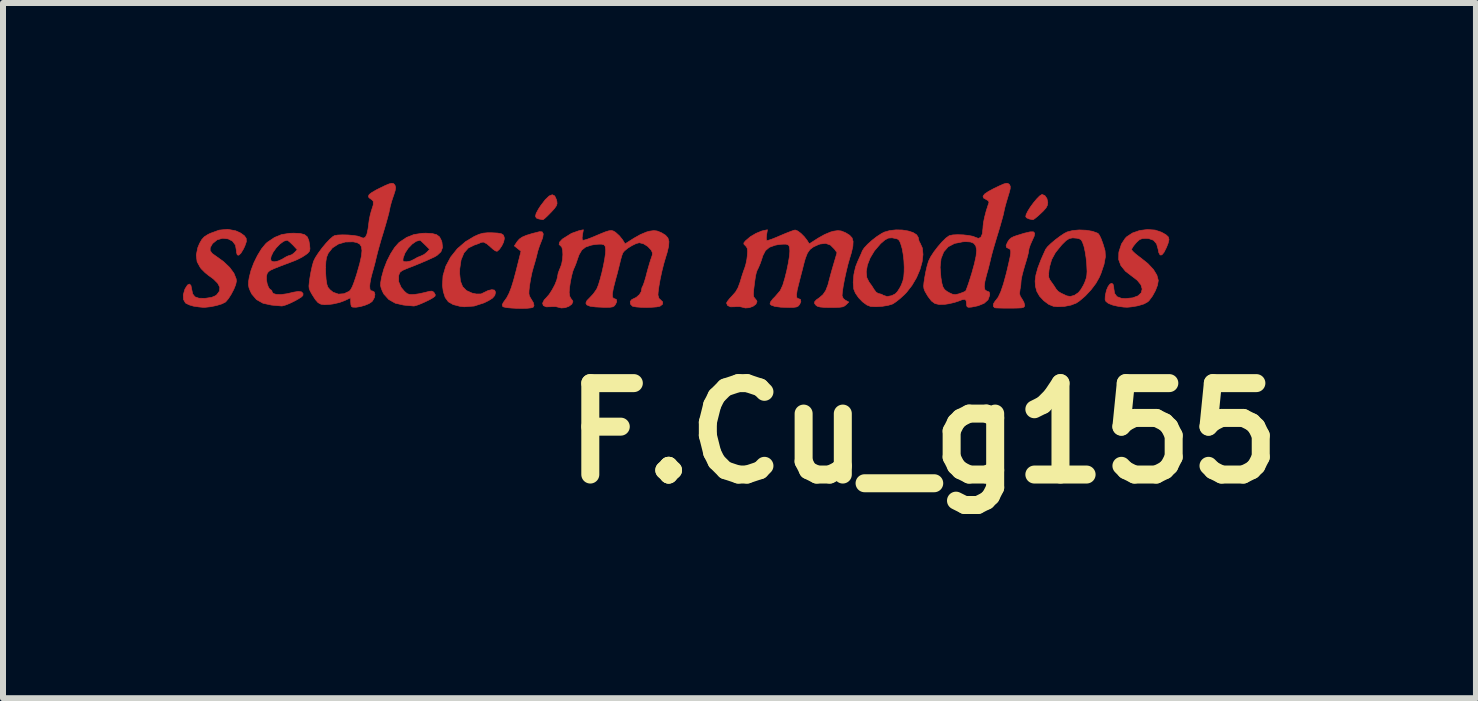
<source format=kicad_pcb>
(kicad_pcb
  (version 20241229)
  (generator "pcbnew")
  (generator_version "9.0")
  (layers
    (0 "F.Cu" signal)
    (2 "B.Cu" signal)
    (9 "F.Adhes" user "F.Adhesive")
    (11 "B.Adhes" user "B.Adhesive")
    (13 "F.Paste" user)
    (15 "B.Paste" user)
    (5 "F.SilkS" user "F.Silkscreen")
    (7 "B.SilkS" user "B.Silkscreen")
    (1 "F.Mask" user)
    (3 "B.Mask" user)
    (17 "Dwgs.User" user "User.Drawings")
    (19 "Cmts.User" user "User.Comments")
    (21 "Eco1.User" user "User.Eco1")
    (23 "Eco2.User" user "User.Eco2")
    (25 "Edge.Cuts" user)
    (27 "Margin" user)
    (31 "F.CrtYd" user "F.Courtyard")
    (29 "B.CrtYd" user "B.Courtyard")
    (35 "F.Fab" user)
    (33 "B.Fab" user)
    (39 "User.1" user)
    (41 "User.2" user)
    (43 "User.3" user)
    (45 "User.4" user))
  (footprint "F.Cu_g155"
    (layer "F.Cu")
    (at 12.342 4.171)
    (property "Reference" "F.Cu_g155" (at 0 0 0) (layer "F.SilkS") (effects (font (size 1.524 1.524) (thickness 0.3))))
    (attr through_hole)
    (fp_poly (pts (xy -6.145 -3.955) (xy -6.117 -3.895) (xy -6.109 -3.863) (xy -6.106 -3.827) (xy -6.117 -3.792) (xy -6.147 -3.748) (xy -6.202 -3.687) (xy -6.211 -3.678) (xy -6.267 -3.621) (xy -6.312 -3.579) (xy -6.34 -3.559) (xy -6.343 -3.559) (xy -6.376 -3.565) (xy -6.41 -3.571) (xy -6.451 -3.587) (xy -6.466 -3.616) (xy -6.454 -3.665) (xy -6.415 -3.737) (xy -6.379 -3.792) (xy -6.302 -3.893) (xy -6.238 -3.954) (xy -6.186 -3.975) (xy -6.145 -3.955)) (stroke (width 0.01) (type solid)) (fill yes) (layer "F.Cu"))
    (fp_poly (pts (xy 2.026 -3.96) (xy 2.06 -3.912) (xy 2.074 -3.847) (xy 2.074 -3.843) (xy 2.068 -3.8) (xy 2.046 -3.757) (xy 2.001 -3.705) (xy 1.959 -3.665) (xy 1.902 -3.613) (xy 1.855 -3.575) (xy 1.829 -3.559) (xy 1.827 -3.559) (xy 1.794 -3.565) (xy 1.764 -3.571) (xy 1.723 -3.589) (xy 1.707 -3.608) (xy 1.713 -3.643) (xy 1.74 -3.699) (xy 1.783 -3.768) (xy 1.835 -3.839) (xy 1.889 -3.904) (xy 1.938 -3.954) (xy 1.975 -3.978) (xy 1.982 -3.979) (xy 2.026 -3.96)) (stroke (width 0.01) (type solid)) (fill yes) (layer "F.Cu"))
    (fp_poly (pts (xy -6.354 -3.356) (xy -6.336 -3.322) (xy -6.345 -3.26) (xy -6.368 -3.2) (xy -6.4 -3.118) (xy -6.428 -3.032) (xy -6.434 -3.006) (xy -6.452 -2.933) (xy -6.477 -2.843) (xy -6.498 -2.773) (xy -6.524 -2.679) (xy -6.547 -2.567) (xy -6.563 -2.47) (xy -6.573 -2.384) (xy -6.575 -2.328) (xy -6.568 -2.29) (xy -6.55 -2.256) (xy -6.545 -2.248) (xy -6.502 -2.177) (xy -6.49 -2.128) (xy -6.505 -2.099) (xy -6.539 -2.089) (xy -6.604 -2.082) (xy -6.687 -2.08) (xy -6.779 -2.081) (xy -6.869 -2.086) (xy -6.945 -2.093) (xy -6.996 -2.104) (xy -7.011 -2.111) (xy -7.02 -2.141) (xy -7 -2.181) (xy -6.988 -2.197) (xy -6.944 -2.259) (xy -6.905 -2.334) (xy -6.868 -2.429) (xy -6.83 -2.552) (xy -6.788 -2.709) (xy -6.782 -2.733) (xy -6.707 -3.033) (xy -6.763 -3.078) (xy -6.818 -3.122) (xy -6.769 -3.196) (xy -6.734 -3.236) (xy -6.686 -3.269) (xy -6.616 -3.299) (xy -6.518 -3.329) (xy -6.398 -3.359) (xy -6.354 -3.356)) (stroke (width 0.01) (type solid)) (fill yes) (layer "F.Cu"))
    (fp_poly (pts (xy -7.099 -3.336) (xy -7.036 -3.325) (xy -7.001 -3.303) (xy -6.987 -3.266) (xy -6.985 -3.239) (xy -6.997 -3.185) (xy -7.027 -3.123) (xy -7.065 -3.067) (xy -7.102 -3.034) (xy -7.107 -3.032) (xy -7.136 -3.04) (xy -7.18 -3.072) (xy -7.198 -3.089) (xy -7.275 -3.156) (xy -7.333 -3.186) (xy -7.373 -3.18) (xy -7.408 -3.163) (xy -7.465 -3.142) (xy -7.486 -3.136) (xy -7.585 -3.087) (xy -7.658 -3.005) (xy -7.706 -2.889) (xy -7.728 -2.741) (xy -7.73 -2.663) (xy -7.717 -2.536) (xy -7.68 -2.442) (xy -7.616 -2.377) (xy -7.52 -2.334) (xy -7.451 -2.32) (xy -7.373 -2.321) (xy -7.313 -2.35) (xy -7.253 -2.379) (xy -7.194 -2.392) (xy -7.191 -2.392) (xy -7.148 -2.385) (xy -7.134 -2.356) (xy -7.133 -2.342) (xy -7.144 -2.296) (xy -7.18 -2.253) (xy -7.247 -2.21) (xy -7.324 -2.172) (xy -7.489 -2.119) (xy -7.654 -2.107) (xy -7.726 -2.115) (xy -7.838 -2.144) (xy -7.918 -2.19) (xy -7.971 -2.262) (xy -8.003 -2.363) (xy -8.016 -2.464) (xy -8.007 -2.625) (xy -7.96 -2.784) (xy -7.879 -2.936) (xy -7.768 -3.075) (xy -7.63 -3.194) (xy -7.486 -3.28) (xy -7.407 -3.315) (xy -7.34 -3.334) (xy -7.265 -3.341) (xy -7.197 -3.341) (xy -7.099 -3.336)) (stroke (width 0.01) (type solid)) (fill yes) (layer "F.Cu"))
    (fp_poly (pts (xy 1.856 -3.334) (xy 1.848 -3.285) (xy 1.814 -3.21) (xy 1.783 -3.14) (xy 1.762 -3.078) (xy 1.757 -3.048) (xy 1.751 -3.007) (xy 1.734 -2.938) (xy 1.709 -2.852) (xy 1.693 -2.801) (xy 1.666 -2.708) (xy 1.644 -2.622) (xy 1.631 -2.556) (xy 1.629 -2.534) (xy 1.624 -2.465) (xy 1.611 -2.391) (xy 1.611 -2.387) (xy 1.603 -2.328) (xy 1.616 -2.281) (xy 1.644 -2.239) (xy 1.675 -2.185) (xy 1.689 -2.136) (xy 1.689 -2.127) (xy 1.683 -2.109) (xy 1.668 -2.097) (xy 1.635 -2.089) (xy 1.578 -2.086) (xy 1.488 -2.084) (xy 1.448 -2.084) (xy 1.351 -2.084) (xy 1.268 -2.086) (xy 1.211 -2.088) (xy 1.189 -2.091) (xy 1.166 -2.116) (xy 1.17 -2.159) (xy 1.198 -2.203) (xy 1.205 -2.21) (xy 1.248 -2.266) (xy 1.291 -2.358) (xy 1.335 -2.487) (xy 1.381 -2.655) (xy 1.397 -2.72) (xy 1.426 -2.846) (xy 1.446 -2.937) (xy 1.456 -3) (xy 1.456 -3.039) (xy 1.447 -3.063) (xy 1.43 -3.075) (xy 1.418 -3.08) (xy 1.385 -3.098) (xy 1.38 -3.129) (xy 1.403 -3.182) (xy 1.412 -3.197) (xy 1.434 -3.229) (xy 1.462 -3.254) (xy 1.504 -3.276) (xy 1.569 -3.299) (xy 1.665 -3.328) (xy 1.689 -3.335) (xy 1.779 -3.356) (xy 1.834 -3.357) (xy 1.856 -3.334)) (stroke (width 0.01) (type solid)) (fill yes) (layer "F.Cu"))
    (fp_poly (pts (xy -11.464 -3.374) (xy -11.382 -3.337) (xy -11.319 -3.292) (xy -11.288 -3.248) (xy -11.285 -3.193) (xy -11.311 -3.118) (xy -11.335 -3.068) (xy -11.377 -2.999) (xy -11.412 -2.967) (xy -11.437 -2.972) (xy -11.45 -3.016) (xy -11.451 -3.043) (xy -11.467 -3.135) (xy -11.516 -3.201) (xy -11.589 -3.239) (xy -11.683 -3.249) (xy -11.773 -3.223) (xy -11.845 -3.164) (xy -11.853 -3.154) (xy -11.888 -3.092) (xy -11.889 -3.043) (xy -11.855 -2.996) (xy -11.795 -2.953) (xy -11.666 -2.86) (xy -11.563 -2.762) (xy -11.492 -2.665) (xy -11.455 -2.572) (xy -11.451 -2.534) (xy -11.463 -2.476) (xy -11.494 -2.399) (xy -11.537 -2.317) (xy -11.584 -2.243) (xy -11.628 -2.191) (xy -11.638 -2.183) (xy -11.697 -2.154) (xy -11.783 -2.128) (xy -11.88 -2.108) (xy -11.972 -2.098) (xy -12.011 -2.098) (xy -12.074 -2.104) (xy -12.15 -2.115) (xy -12.169 -2.118) (xy -12.235 -2.138) (xy -12.29 -2.164) (xy -12.301 -2.172) (xy -12.333 -2.228) (xy -12.337 -2.305) (xy -12.312 -2.394) (xy -12.303 -2.413) (xy -12.266 -2.47) (xy -12.233 -2.486) (xy -12.209 -2.462) (xy -12.196 -2.397) (xy -12.196 -2.397) (xy -12.18 -2.321) (xy -12.142 -2.273) (xy -12.077 -2.25) (xy -11.979 -2.248) (xy -11.957 -2.25) (xy -11.864 -2.264) (xy -11.802 -2.29) (xy -11.777 -2.309) (xy -11.733 -2.369) (xy -11.728 -2.431) (xy -11.762 -2.498) (xy -11.836 -2.572) (xy -11.915 -2.629) (xy -11.974 -2.677) (xy -12.035 -2.738) (xy -12.052 -2.759) (xy -12.106 -2.857) (xy -12.12 -2.969) (xy -12.095 -3.092) (xy -12.065 -3.164) (xy -12.028 -3.228) (xy -11.987 -3.273) (xy -11.926 -3.312) (xy -11.885 -3.332) (xy -11.739 -3.385) (xy -11.597 -3.399) (xy -11.464 -3.374)) (stroke (width 0.01) (type solid)) (fill yes) (layer "F.Cu"))
    (fp_poly (pts (xy 3.863 -3.386) (xy 3.97 -3.35) (xy 4.044 -3.308) (xy 4.084 -3.271) (xy 4.095 -3.227) (xy 4.08 -3.165) (xy 4.054 -3.099) (xy 4.012 -3.015) (xy 3.976 -2.972) (xy 3.947 -2.97) (xy 3.925 -3.01) (xy 3.914 -3.065) (xy 3.888 -3.157) (xy 3.837 -3.216) (xy 3.758 -3.244) (xy 3.715 -3.247) (xy 3.651 -3.244) (xy 3.606 -3.228) (xy 3.561 -3.188) (xy 3.544 -3.17) (xy 3.502 -3.119) (xy 3.476 -3.076) (xy 3.471 -3.06) (xy 3.488 -3.035) (xy 3.531 -2.994) (xy 3.594 -2.944) (xy 3.623 -2.923) (xy 3.743 -2.827) (xy 3.835 -2.729) (xy 3.893 -2.634) (xy 3.916 -2.548) (xy 3.916 -2.542) (xy 3.903 -2.466) (xy 3.868 -2.375) (xy 3.819 -2.286) (xy 3.765 -2.213) (xy 3.743 -2.191) (xy 3.679 -2.155) (xy 3.585 -2.126) (xy 3.55 -2.119) (xy 3.463 -2.105) (xy 3.399 -2.099) (xy 3.338 -2.102) (xy 3.261 -2.113) (xy 3.232 -2.118) (xy 3.158 -2.135) (xy 3.094 -2.16) (xy 3.076 -2.17) (xy 3.043 -2.197) (xy 3.03 -2.228) (xy 3.032 -2.28) (xy 3.035 -2.303) (xy 3.053 -2.383) (xy 3.08 -2.445) (xy 3.11 -2.485) (xy 3.139 -2.499) (xy 3.162 -2.484) (xy 3.174 -2.435) (xy 3.175 -2.413) (xy 3.188 -2.33) (xy 3.228 -2.276) (xy 3.3 -2.249) (xy 3.366 -2.244) (xy 3.489 -2.256) (xy 3.578 -2.289) (xy 3.632 -2.34) (xy 3.648 -2.403) (xy 3.627 -2.474) (xy 3.566 -2.549) (xy 3.485 -2.611) (xy 3.369 -2.7) (xy 3.293 -2.794) (xy 3.256 -2.894) (xy 3.258 -3.005) (xy 3.262 -3.028) (xy 3.303 -3.154) (xy 3.365 -3.248) (xy 3.39 -3.274) (xy 3.486 -3.337) (xy 3.606 -3.379) (xy 3.736 -3.395) (xy 3.863 -3.386)) (stroke (width 0.01) (type solid)) (fill yes) (layer "F.Cu"))
    (fp_poly (pts (xy 2.715 -3.383) (xy 2.821 -3.365) (xy 2.904 -3.334) (xy 2.914 -3.328) (xy 2.937 -3.297) (xy 2.966 -3.235) (xy 2.996 -3.152) (xy 3.024 -3.059) (xy 3.029 -3.04) (xy 3.035 -2.941) (xy 3.012 -2.815) (xy 2.961 -2.663) (xy 2.932 -2.596) (xy 2.876 -2.497) (xy 2.795 -2.39) (xy 2.701 -2.289) (xy 2.605 -2.207) (xy 2.551 -2.17) (xy 2.461 -2.135) (xy 2.35 -2.113) (xy 2.237 -2.108) (xy 2.169 -2.115) (xy 2.09 -2.147) (xy 2.009 -2.207) (xy 1.938 -2.283) (xy 1.892 -2.363) (xy 1.869 -2.447) (xy 1.863 -2.536) (xy 1.876 -2.636) (xy 1.879 -2.646) (xy 2.088 -2.646) (xy 2.091 -2.597) (xy 2.108 -2.557) (xy 2.135 -2.519) (xy 2.175 -2.463) (xy 2.207 -2.413) (xy 2.213 -2.403) (xy 2.247 -2.364) (xy 2.297 -2.333) (xy 2.351 -2.308) (xy 2.391 -2.289) (xy 2.45 -2.279) (xy 2.52 -2.299) (xy 2.586 -2.344) (xy 2.626 -2.394) (xy 2.668 -2.465) (xy 2.69 -2.512) (xy 2.713 -2.575) (xy 2.725 -2.631) (xy 2.729 -2.695) (xy 2.725 -2.783) (xy 2.723 -2.82) (xy 2.713 -2.923) (xy 2.697 -3.025) (xy 2.679 -3.108) (xy 2.674 -3.124) (xy 2.651 -3.189) (xy 2.629 -3.224) (xy 2.596 -3.242) (xy 2.559 -3.25) (xy 2.489 -3.256) (xy 2.433 -3.245) (xy 2.379 -3.211) (xy 2.316 -3.149) (xy 2.296 -3.127) (xy 2.201 -3.009) (xy 2.139 -2.895) (xy 2.104 -2.774) (xy 2.095 -2.72) (xy 2.088 -2.646) (xy 1.879 -2.646) (xy 1.909 -2.755) (xy 1.963 -2.896) (xy 2.039 -3.066) (xy 2.07 -3.107) (xy 2.127 -3.162) (xy 2.199 -3.223) (xy 2.276 -3.281) (xy 2.348 -3.329) (xy 2.396 -3.354) (xy 2.488 -3.378) (xy 2.598 -3.388) (xy 2.715 -3.383)) (stroke (width 0.01) (type solid)) (fill yes) (layer "F.Cu"))
    (fp_poly (pts (xy -0.353 -3.387) (xy -0.255 -3.371) (xy -0.172 -3.345) (xy -0.113 -3.308) (xy -0.085 -3.264) (xy -0.084 -3.254) (xy -0.071 -3.199) (xy -0.053 -3.167) (xy -0.016 -3.085) (xy -0.006 -2.979) (xy -0.02 -2.857) (xy -0.057 -2.725) (xy -0.114 -2.592) (xy -0.19 -2.463) (xy -0.281 -2.346) (xy -0.314 -2.312) (xy -0.383 -2.249) (xy -0.45 -2.195) (xy -0.503 -2.159) (xy -0.512 -2.154) (xy -0.586 -2.131) (xy -0.683 -2.115) (xy -0.786 -2.108) (xy -0.877 -2.112) (xy -0.878 -2.112) (xy -0.942 -2.137) (xy -1.014 -2.19) (xy -1.081 -2.26) (xy -1.133 -2.336) (xy -1.16 -2.402) (xy -1.169 -2.515) (xy -1.158 -2.645) (xy -1.148 -2.691) (xy -0.952 -2.691) (xy -0.942 -2.592) (xy -0.905 -2.519) (xy -0.859 -2.456) (xy -0.821 -2.395) (xy -0.786 -2.349) (xy -0.749 -2.328) (xy -0.746 -2.328) (xy -0.698 -2.316) (xy -0.666 -2.298) (xy -0.605 -2.278) (xy -0.528 -2.292) (xy -0.469 -2.322) (xy -0.433 -2.358) (xy -0.394 -2.419) (xy -0.368 -2.468) (xy -0.341 -2.539) (xy -0.326 -2.607) (xy -0.32 -2.691) (xy -0.319 -2.768) (xy -0.324 -2.876) (xy -0.337 -2.987) (xy -0.354 -3.081) (xy -0.357 -3.09) (xy -0.38 -3.166) (xy -0.401 -3.212) (xy -0.428 -3.235) (xy -0.445 -3.241) (xy -0.522 -3.257) (xy -0.583 -3.252) (xy -0.64 -3.222) (xy -0.708 -3.164) (xy -0.721 -3.15) (xy -0.816 -3.039) (xy -0.887 -2.921) (xy -0.933 -2.803) (xy -0.952 -2.691) (xy -1.148 -2.691) (xy -1.129 -2.774) (xy -1.094 -2.863) (xy -1.06 -2.938) (xy -1.029 -3.008) (xy -1.017 -3.04) (xy -0.985 -3.089) (xy -0.928 -3.15) (xy -0.853 -3.217) (xy -0.773 -3.279) (xy -0.695 -3.329) (xy -0.65 -3.352) (xy -0.559 -3.378) (xy -0.457 -3.389) (xy -0.353 -3.387)) (stroke (width 0.01) (type solid)) (fill yes) (layer "F.Cu"))
    (fp_poly (pts (xy -8.187 -3.328) (xy -8.114 -3.309) (xy -8.065 -3.272) (xy -8.034 -3.212) (xy -8.025 -3.185) (xy -8.015 -3.095) (xy -8.042 -3.023) (xy -8.107 -2.963) (xy -8.154 -2.936) (xy -8.29 -2.874) (xy -8.45 -2.807) (xy -8.62 -2.74) (xy -8.625 -2.738) (xy -8.689 -2.71) (xy -8.724 -2.682) (xy -8.742 -2.641) (xy -8.746 -2.624) (xy -8.746 -2.525) (xy -8.705 -2.43) (xy -8.65 -2.364) (xy -8.605 -2.326) (xy -8.56 -2.311) (xy -8.496 -2.312) (xy -8.49 -2.312) (xy -8.406 -2.324) (xy -8.316 -2.344) (xy -8.292 -2.35) (xy -8.229 -2.366) (xy -8.192 -2.368) (xy -8.166 -2.354) (xy -8.157 -2.345) (xy -8.136 -2.309) (xy -8.139 -2.286) (xy -8.168 -2.262) (xy -8.224 -2.229) (xy -8.297 -2.193) (xy -8.373 -2.159) (xy -8.441 -2.133) (xy -8.489 -2.12) (xy -8.498 -2.12) (xy -8.542 -2.124) (xy -8.611 -2.13) (xy -8.668 -2.136) (xy -8.803 -2.167) (xy -8.912 -2.229) (xy -8.993 -2.319) (xy -9.017 -2.365) (xy -9.038 -2.418) (xy -9.048 -2.461) (xy -9.046 -2.511) (xy -9.034 -2.582) (xy -9.028 -2.611) (xy -8.993 -2.737) (xy -8.942 -2.868) (xy -8.937 -2.878) (xy -8.676 -2.878) (xy -8.661 -2.86) (xy -8.615 -2.857) (xy -8.548 -2.87) (xy -8.49 -2.898) (xy -8.431 -2.932) (xy -8.377 -2.953) (xy -8.322 -2.979) (xy -8.277 -3.016) (xy -8.231 -3.065) (xy -8.307 -3.141) (xy -8.352 -3.184) (xy -8.382 -3.212) (xy -8.39 -3.217) (xy -8.454 -3.199) (xy -8.523 -3.151) (xy -8.588 -3.083) (xy -8.64 -3.004) (xy -8.67 -2.924) (xy -8.671 -2.923) (xy -8.676 -2.878) (xy -8.937 -2.878) (xy -8.88 -2.991) (xy -8.813 -3.096) (xy -8.746 -3.172) (xy -8.733 -3.183) (xy -8.614 -3.263) (xy -8.493 -3.311) (xy -8.357 -3.332) (xy -8.293 -3.334) (xy -8.187 -3.328)) (stroke (width 0.01) (type solid)) (fill yes) (layer "F.Cu"))
    (fp_poly (pts (xy -10.388 -3.329) (xy -10.315 -3.31) (xy -10.269 -3.272) (xy -10.243 -3.209) (xy -10.231 -3.14) (xy -10.225 -3.075) (xy -10.232 -3.036) (xy -10.258 -3.004) (xy -10.293 -2.976) (xy -10.358 -2.934) (xy -10.439 -2.893) (xy -10.481 -2.875) (xy -10.565 -2.843) (xy -10.663 -2.806) (xy -10.729 -2.781) (xy -10.822 -2.744) (xy -10.882 -2.717) (xy -10.918 -2.691) (xy -10.938 -2.663) (xy -10.948 -2.626) (xy -10.95 -2.614) (xy -10.95 -2.555) (xy -10.938 -2.49) (xy -10.917 -2.433) (xy -10.893 -2.397) (xy -10.879 -2.392) (xy -10.861 -2.375) (xy -10.858 -2.361) (xy -10.84 -2.33) (xy -10.787 -2.313) (xy -10.706 -2.311) (xy -10.604 -2.325) (xy -10.495 -2.351) (xy -10.418 -2.363) (xy -10.364 -2.355) (xy -10.34 -2.327) (xy -10.343 -2.295) (xy -10.368 -2.27) (xy -10.422 -2.236) (xy -10.491 -2.198) (xy -10.566 -2.162) (xy -10.635 -2.135) (xy -10.686 -2.121) (xy -10.697 -2.12) (xy -10.742 -2.124) (xy -10.812 -2.13) (xy -10.871 -2.136) (xy -11.008 -2.166) (xy -11.116 -2.227) (xy -11.194 -2.318) (xy -11.217 -2.363) (xy -11.241 -2.422) (xy -11.25 -2.472) (xy -11.248 -2.53) (xy -11.237 -2.599) (xy -11.207 -2.716) (xy -11.159 -2.842) (xy -11.127 -2.907) (xy -10.88 -2.907) (xy -10.872 -2.872) (xy -10.842 -2.859) (xy -10.815 -2.857) (xy -10.756 -2.87) (xy -10.69 -2.899) (xy -10.673 -2.91) (xy -10.617 -2.943) (xy -10.572 -2.962) (xy -10.561 -2.963) (xy -10.523 -2.978) (xy -10.482 -3.011) (xy -10.437 -3.059) (xy -10.511 -3.138) (xy -10.558 -3.183) (xy -10.594 -3.212) (xy -10.607 -3.217) (xy -10.662 -3.2) (xy -10.726 -3.153) (xy -10.788 -3.089) (xy -10.84 -3.016) (xy -10.873 -2.946) (xy -10.88 -2.907) (xy -11.127 -2.907) (xy -11.098 -2.965) (xy -11.032 -3.073) (xy -10.964 -3.156) (xy -10.937 -3.181) (xy -10.817 -3.262) (xy -10.698 -3.311) (xy -10.563 -3.332) (xy -10.495 -3.334) (xy -10.388 -3.329)) (stroke (width 0.01) (type solid)) (fill yes) (layer "F.Cu"))
    (fp_poly (pts (xy 1.409 -4.164) (xy 1.43 -4.149) (xy 1.439 -4.139) (xy 1.449 -4.114) (xy 1.448 -4.075) (xy 1.432 -4.012) (xy 1.411 -3.943) (xy 1.384 -3.853) (xy 1.36 -3.766) (xy 1.345 -3.7) (xy 1.344 -3.694) (xy 1.333 -3.643) (xy 1.311 -3.562) (xy 1.282 -3.46) (xy 1.249 -3.348) (xy 1.236 -3.307) (xy 1.201 -3.19) (xy 1.168 -3.078) (xy 1.141 -2.98) (xy 1.123 -2.909) (xy 1.12 -2.894) (xy 1.1 -2.811) (xy 1.075 -2.713) (xy 1.056 -2.649) (xy 1.026 -2.529) (xy 1.016 -2.443) (xy 1.027 -2.39) (xy 1.06 -2.367) (xy 1.064 -2.367) (xy 1.097 -2.354) (xy 1.107 -2.32) (xy 1.105 -2.297) (xy 1.078 -2.223) (xy 1.013 -2.165) (xy 0.915 -2.125) (xy 0.889 -2.119) (xy 0.806 -2.102) (xy 0.755 -2.098) (xy 0.73 -2.107) (xy 0.721 -2.132) (xy 0.72 -2.158) (xy 0.714 -2.209) (xy 0.692 -2.231) (xy 0.647 -2.225) (xy 0.59 -2.203) (xy 0.517 -2.179) (xy 0.425 -2.158) (xy 0.36 -2.148) (xy 0.265 -2.145) (xy 0.194 -2.161) (xy 0.136 -2.203) (xy 0.079 -2.277) (xy 0.053 -2.32) (xy 0.025 -2.369) (xy 0.01 -2.409) (xy 0.005 -2.451) (xy 0.01 -2.51) (xy 0.022 -2.59) (xy 0.04 -2.688) (xy 0.058 -2.767) (xy 0.28 -2.767) (xy 0.293 -2.594) (xy 0.309 -2.499) (xy 0.327 -2.437) (xy 0.354 -2.394) (xy 0.395 -2.362) (xy 0.434 -2.34) (xy 0.487 -2.316) (xy 0.53 -2.309) (xy 0.582 -2.32) (xy 0.616 -2.331) (xy 0.669 -2.351) (xy 0.703 -2.368) (xy 0.705 -2.37) (xy 0.717 -2.395) (xy 0.738 -2.452) (xy 0.766 -2.534) (xy 0.797 -2.633) (xy 0.805 -2.658) (xy 0.851 -2.823) (xy 0.879 -2.952) (xy 0.888 -3.05) (xy 0.875 -3.12) (xy 0.841 -3.165) (xy 0.784 -3.188) (xy 0.703 -3.193) (xy 0.656 -3.19) (xy 0.52 -3.163) (xy 0.415 -3.108) (xy 0.34 -3.023) (xy 0.295 -2.91) (xy 0.28 -2.767) (xy 0.058 -2.767) (xy 0.063 -2.787) (xy 0.086 -2.865) (xy 0.088 -2.87) (xy 0.122 -2.939) (xy 0.176 -3.022) (xy 0.242 -3.108) (xy 0.311 -3.188) (xy 0.376 -3.252) (xy 0.429 -3.29) (xy 0.436 -3.293) (xy 0.491 -3.305) (xy 0.572 -3.309) (xy 0.665 -3.306) (xy 0.754 -3.296) (xy 0.827 -3.282) (xy 0.861 -3.268) (xy 0.917 -3.247) (xy 0.958 -3.265) (xy 0.983 -3.322) (xy 0.994 -3.418) (xy 0.995 -3.443) (xy 1.002 -3.509) (xy 1.021 -3.602) (xy 1.048 -3.706) (xy 1.081 -3.808) (xy 1.094 -3.844) (xy 1.085 -3.873) (xy 1.05 -3.894) (xy 1.004 -3.92) (xy 0.995 -3.95) (xy 1.022 -3.987) (xy 1.088 -4.032) (xy 1.18 -4.081) (xy 1.275 -4.126) (xy 1.339 -4.154) (xy 1.382 -4.166) (xy 1.409 -4.164)) (stroke (width 0.01) (type solid)) (fill yes) (layer "F.Cu"))
    (fp_poly (pts (xy -8.831 -4.16) (xy -8.811 -4.138) (xy -8.806 -4.129) (xy -8.797 -4.093) (xy -8.805 -4.042) (xy -8.83 -3.964) (xy -8.834 -3.954) (xy -8.863 -3.867) (xy -8.887 -3.78) (xy -8.898 -3.725) (xy -8.91 -3.669) (xy -8.933 -3.583) (xy -8.962 -3.48) (xy -8.995 -3.369) (xy -8.999 -3.355) (xy -9.035 -3.239) (xy -9.068 -3.123) (xy -9.096 -3.021) (xy -9.115 -2.945) (xy -9.116 -2.942) (xy -9.14 -2.841) (xy -9.169 -2.732) (xy -9.187 -2.67) (xy -9.209 -2.585) (xy -9.224 -2.503) (xy -9.229 -2.453) (xy -9.225 -2.399) (xy -9.21 -2.375) (xy -9.186 -2.371) (xy -9.154 -2.354) (xy -9.142 -2.314) (xy -9.151 -2.261) (xy -9.18 -2.208) (xy -9.193 -2.192) (xy -9.241 -2.16) (xy -9.309 -2.132) (xy -9.386 -2.11) (xy -9.458 -2.099) (xy -9.512 -2.101) (xy -9.532 -2.11) (xy -9.542 -2.139) (xy -9.546 -2.19) (xy -9.546 -2.191) (xy -9.546 -2.258) (xy -9.647 -2.21) (xy -9.734 -2.178) (xy -9.841 -2.154) (xy -9.898 -2.147) (xy -9.982 -2.142) (xy -10.042 -2.15) (xy -10.09 -2.176) (xy -10.135 -2.227) (xy -10.187 -2.308) (xy -10.197 -2.325) (xy -10.223 -2.373) (xy -10.238 -2.411) (xy -10.242 -2.454) (xy -10.236 -2.515) (xy -10.226 -2.59) (xy -10.209 -2.687) (xy -10.192 -2.765) (xy -9.965 -2.765) (xy -9.963 -2.662) (xy -9.956 -2.563) (xy -9.943 -2.481) (xy -9.927 -2.434) (xy -9.893 -2.393) (xy -9.842 -2.351) (xy -9.836 -2.348) (xy -9.75 -2.318) (xy -9.657 -2.325) (xy -9.57 -2.366) (xy -9.545 -2.394) (xy -9.518 -2.444) (xy -9.488 -2.522) (xy -9.451 -2.633) (xy -9.438 -2.677) (xy -9.394 -2.832) (xy -9.367 -2.953) (xy -9.358 -3.043) (xy -9.367 -3.108) (xy -9.394 -3.151) (xy -9.441 -3.177) (xy -9.505 -3.19) (xy -9.636 -3.187) (xy -9.753 -3.152) (xy -9.851 -3.088) (xy -9.921 -2.999) (xy -9.949 -2.931) (xy -9.96 -2.859) (xy -9.965 -2.765) (xy -10.192 -2.765) (xy -10.188 -2.783) (xy -10.167 -2.859) (xy -10.165 -2.865) (xy -10.135 -2.926) (xy -10.085 -3.003) (xy -10.024 -3.086) (xy -9.958 -3.165) (xy -9.894 -3.233) (xy -9.841 -3.279) (xy -9.814 -3.294) (xy -9.76 -3.303) (xy -9.681 -3.306) (xy -9.59 -3.304) (xy -9.502 -3.296) (xy -9.429 -3.285) (xy -9.385 -3.27) (xy -9.385 -3.27) (xy -9.338 -3.251) (xy -9.302 -3.266) (xy -9.276 -3.316) (xy -9.257 -3.404) (xy -9.249 -3.464) (xy -9.237 -3.557) (xy -9.219 -3.644) (xy -9.201 -3.709) (xy -9.199 -3.714) (xy -9.17 -3.805) (xy -9.17 -3.866) (xy -9.201 -3.899) (xy -9.207 -3.901) (xy -9.242 -3.926) (xy -9.25 -3.951) (xy -9.237 -3.979) (xy -9.194 -4.012) (xy -9.118 -4.056) (xy -9.07 -4.08) (xy -8.972 -4.128) (xy -8.904 -4.156) (xy -8.86 -4.166) (xy -8.831 -4.16)) (stroke (width 0.01) (type solid)) (fill yes) (layer "F.Cu"))
    (fp_poly (pts (xy -2.613 -3.306) (xy -2.618 -3.251) (xy -2.614 -3.216) (xy -2.61 -3.211) (xy -2.585 -3.215) (xy -2.53 -3.233) (xy -2.454 -3.263) (xy -2.382 -3.294) (xy -2.292 -3.332) (xy -2.215 -3.362) (xy -2.159 -3.382) (xy -2.136 -3.387) (xy -2.095 -3.371) (xy -2.041 -3.331) (xy -1.985 -3.275) (xy -1.938 -3.215) (xy -1.937 -3.213) (xy -1.902 -3.156) (xy -1.754 -3.251) (xy -1.647 -3.311) (xy -1.547 -3.353) (xy -1.497 -3.367) (xy -1.425 -3.377) (xy -1.37 -3.371) (xy -1.309 -3.347) (xy -1.292 -3.339) (xy -1.229 -3.3) (xy -1.188 -3.255) (xy -1.171 -3.196) (xy -1.175 -3.117) (xy -1.199 -3.01) (xy -1.224 -2.928) (xy -1.256 -2.817) (xy -1.286 -2.693) (xy -1.314 -2.566) (xy -1.336 -2.449) (xy -1.35 -2.351) (xy -1.355 -2.292) (xy -1.335 -2.244) (xy -1.299 -2.216) (xy -1.243 -2.186) (xy -1.288 -2.141) (xy -1.314 -2.12) (xy -1.346 -2.106) (xy -1.394 -2.099) (xy -1.467 -2.096) (xy -1.544 -2.095) (xy -1.649 -2.097) (xy -1.719 -2.103) (xy -1.763 -2.114) (xy -1.787 -2.129) (xy -1.813 -2.161) (xy -1.813 -2.189) (xy -1.784 -2.222) (xy -1.733 -2.258) (xy -1.673 -2.31) (xy -1.627 -2.377) (xy -1.591 -2.47) (xy -1.567 -2.561) (xy -1.553 -2.615) (xy -1.531 -2.696) (xy -1.504 -2.788) (xy -1.494 -2.822) (xy -1.439 -3.009) (xy -1.481 -3.068) (xy -1.549 -3.136) (xy -1.628 -3.164) (xy -1.722 -3.153) (xy -1.748 -3.144) (xy -1.831 -3.106) (xy -1.89 -3.062) (xy -1.933 -3.001) (xy -1.967 -2.914) (xy -1.989 -2.836) (xy -2.016 -2.728) (xy -2.047 -2.61) (xy -2.073 -2.507) (xy -2.075 -2.5) (xy -2.103 -2.387) (xy -2.114 -2.309) (xy -2.111 -2.263) (xy -2.093 -2.244) (xy -2.086 -2.244) (xy -2.049 -2.23) (xy -2.042 -2.192) (xy -2.062 -2.147) (xy -2.085 -2.119) (xy -2.115 -2.104) (xy -2.164 -2.097) (xy -2.239 -2.096) (xy -2.376 -2.1) (xy -2.476 -2.113) (xy -2.537 -2.135) (xy -2.556 -2.154) (xy -2.547 -2.188) (xy -2.507 -2.24) (xy -2.472 -2.275) (xy -2.385 -2.377) (xy -2.343 -2.468) (xy -2.308 -2.585) (xy -2.277 -2.709) (xy -2.252 -2.831) (xy -2.234 -2.939) (xy -2.226 -3.023) (xy -2.226 -3.051) (xy -2.233 -3.109) (xy -2.249 -3.137) (xy -2.282 -3.149) (xy -2.297 -3.151) (xy -2.355 -3.15) (xy -2.431 -3.141) (xy -2.471 -3.133) (xy -2.566 -3.099) (xy -2.632 -3.043) (xy -2.677 -2.956) (xy -2.69 -2.913) (xy -2.716 -2.836) (xy -2.748 -2.76) (xy -2.752 -2.752) (xy -2.771 -2.714) (xy -2.785 -2.673) (xy -2.797 -2.622) (xy -2.808 -2.549) (xy -2.821 -2.448) (xy -2.828 -2.391) (xy -2.833 -2.318) (xy -2.828 -2.274) (xy -2.809 -2.247) (xy -2.807 -2.246) (xy -2.779 -2.211) (xy -2.773 -2.191) (xy -2.792 -2.15) (xy -2.839 -2.115) (xy -2.902 -2.092) (xy -2.967 -2.087) (xy -3.013 -2.099) (xy -3.059 -2.11) (xy -3.123 -2.11) (xy -3.137 -2.108) (xy -3.213 -2.106) (xy -3.263 -2.128) (xy -3.281 -2.169) (xy -3.267 -2.196) (xy -3.231 -2.242) (xy -3.187 -2.289) (xy -3.13 -2.354) (xy -3.09 -2.423) (xy -3.057 -2.512) (xy -3.048 -2.541) (xy -3.022 -2.627) (xy -2.996 -2.705) (xy -2.976 -2.759) (xy -2.975 -2.762) (xy -2.958 -2.819) (xy -2.942 -2.897) (xy -2.935 -2.955) (xy -2.93 -3.03) (xy -2.934 -3.077) (xy -2.949 -3.107) (xy -2.964 -3.123) (xy -2.991 -3.151) (xy -2.992 -3.172) (xy -2.965 -3.206) (xy -2.958 -3.212) (xy -2.884 -3.275) (xy -2.789 -3.331) (xy -2.694 -3.37) (xy -2.67 -3.376) (xy -2.599 -3.391) (xy -2.613 -3.306)) (stroke (width 0.01) (type solid)) (fill yes) (layer "F.Cu"))
    (fp_poly (pts (xy -5.681 -3.315) (xy -5.688 -3.259) (xy -5.685 -3.221) (xy -5.684 -3.218) (xy -5.66 -3.217) (xy -5.608 -3.231) (xy -5.536 -3.258) (xy -5.497 -3.274) (xy -5.384 -3.322) (xy -5.303 -3.355) (xy -5.245 -3.373) (xy -5.204 -3.379) (xy -5.172 -3.372) (xy -5.141 -3.355) (xy -5.124 -3.342) (xy -5.066 -3.289) (xy -5.017 -3.228) (xy -5.014 -3.224) (xy -4.972 -3.156) (xy -4.823 -3.251) (xy -4.716 -3.311) (xy -4.616 -3.353) (xy -4.566 -3.367) (xy -4.494 -3.377) (xy -4.439 -3.371) (xy -4.378 -3.347) (xy -4.361 -3.339) (xy -4.298 -3.3) (xy -4.258 -3.255) (xy -4.241 -3.196) (xy -4.246 -3.117) (xy -4.271 -3.011) (xy -4.293 -2.941) (xy -4.327 -2.825) (xy -4.359 -2.697) (xy -4.387 -2.567) (xy -4.408 -2.447) (xy -4.421 -2.349) (xy -4.424 -2.303) (xy -4.407 -2.246) (xy -4.381 -2.223) (xy -4.345 -2.188) (xy -4.347 -2.15) (xy -4.388 -2.118) (xy -4.393 -2.116) (xy -4.445 -2.105) (xy -4.523 -2.099) (xy -4.614 -2.096) (xy -4.706 -2.098) (xy -4.785 -2.104) (xy -4.839 -2.114) (xy -4.849 -2.117) (xy -4.882 -2.152) (xy -4.886 -2.195) (xy -4.861 -2.227) (xy -4.849 -2.233) (xy -4.785 -2.264) (xy -4.732 -2.311) (xy -4.702 -2.361) (xy -4.699 -2.379) (xy -4.691 -2.425) (xy -4.68 -2.446) (xy -4.667 -2.474) (xy -4.647 -2.533) (xy -4.624 -2.612) (xy -4.616 -2.646) (xy -4.59 -2.741) (xy -4.564 -2.831) (xy -4.542 -2.901) (xy -4.537 -2.913) (xy -4.518 -2.971) (xy -4.517 -3.009) (xy -4.533 -3.045) (xy -4.541 -3.057) (xy -4.595 -3.114) (xy -4.664 -3.157) (xy -4.731 -3.174) (xy -4.735 -3.175) (xy -4.788 -3.161) (xy -4.856 -3.128) (xy -4.926 -3.085) (xy -4.982 -3.039) (xy -5.009 -3.006) (xy -5.028 -2.955) (xy -5.048 -2.882) (xy -5.059 -2.836) (xy -5.078 -2.759) (xy -5.103 -2.66) (xy -5.131 -2.559) (xy -5.135 -2.543) (xy -5.168 -2.414) (xy -5.184 -2.322) (xy -5.181 -2.266) (xy -5.16 -2.244) (xy -5.155 -2.244) (xy -5.118 -2.23) (xy -5.111 -2.192) (xy -5.132 -2.147) (xy -5.152 -2.121) (xy -5.178 -2.106) (xy -5.221 -2.099) (xy -5.29 -2.098) (xy -5.329 -2.098) (xy -5.462 -2.104) (xy -5.555 -2.116) (xy -5.609 -2.138) (xy -5.626 -2.168) (xy -5.608 -2.21) (xy -5.559 -2.26) (xy -5.501 -2.322) (xy -5.451 -2.393) (xy -5.442 -2.409) (xy -5.416 -2.473) (xy -5.388 -2.566) (xy -5.359 -2.676) (xy -5.333 -2.791) (xy -5.312 -2.901) (xy -5.299 -2.994) (xy -5.295 -3.059) (xy -5.296 -3.063) (xy -5.304 -3.116) (xy -5.324 -3.141) (xy -5.366 -3.151) (xy -5.424 -3.15) (xy -5.5 -3.141) (xy -5.54 -3.133) (xy -5.629 -3.103) (xy -5.693 -3.053) (xy -5.739 -2.975) (xy -5.766 -2.899) (xy -5.79 -2.828) (xy -5.815 -2.766) (xy -5.824 -2.748) (xy -5.844 -2.696) (xy -5.865 -2.615) (xy -5.884 -2.52) (xy -5.898 -2.426) (xy -5.904 -2.347) (xy -5.896 -2.285) (xy -5.875 -2.244) (xy -5.874 -2.244) (xy -5.847 -2.209) (xy -5.842 -2.191) (xy -5.861 -2.15) (xy -5.909 -2.115) (xy -5.971 -2.092) (xy -6.036 -2.087) (xy -6.083 -2.099) (xy -6.128 -2.11) (xy -6.192 -2.11) (xy -6.206 -2.108) (xy -6.287 -2.106) (xy -6.335 -2.127) (xy -6.347 -2.167) (xy -6.321 -2.22) (xy -6.284 -2.259) (xy -6.237 -2.313) (xy -6.188 -2.389) (xy -6.143 -2.473) (xy -6.111 -2.553) (xy -6.096 -2.615) (xy -6.096 -2.62) (xy -6.087 -2.669) (xy -6.063 -2.733) (xy -6.054 -2.752) (xy -6.03 -2.817) (xy -6.015 -2.897) (xy -6.009 -2.978) (xy -6.013 -3.05) (xy -6.027 -3.102) (xy -6.043 -3.119) (xy -6.072 -3.146) (xy -6.064 -3.185) (xy -6.019 -3.234) (xy -6.006 -3.243) (xy -5.865 -3.331) (xy -5.739 -3.376) (xy -5.667 -3.391) (xy -5.681 -3.315)) (stroke (width 0.01) (type solid)) (fill yes) (layer "F.Cu")))
  (gr_rect
    (start -3 -3)
    (end 21.554 8.589)
    (stroke (width 0.1) (type default))
    (fill no)
    (layer "Edge.Cuts")))
</source>
